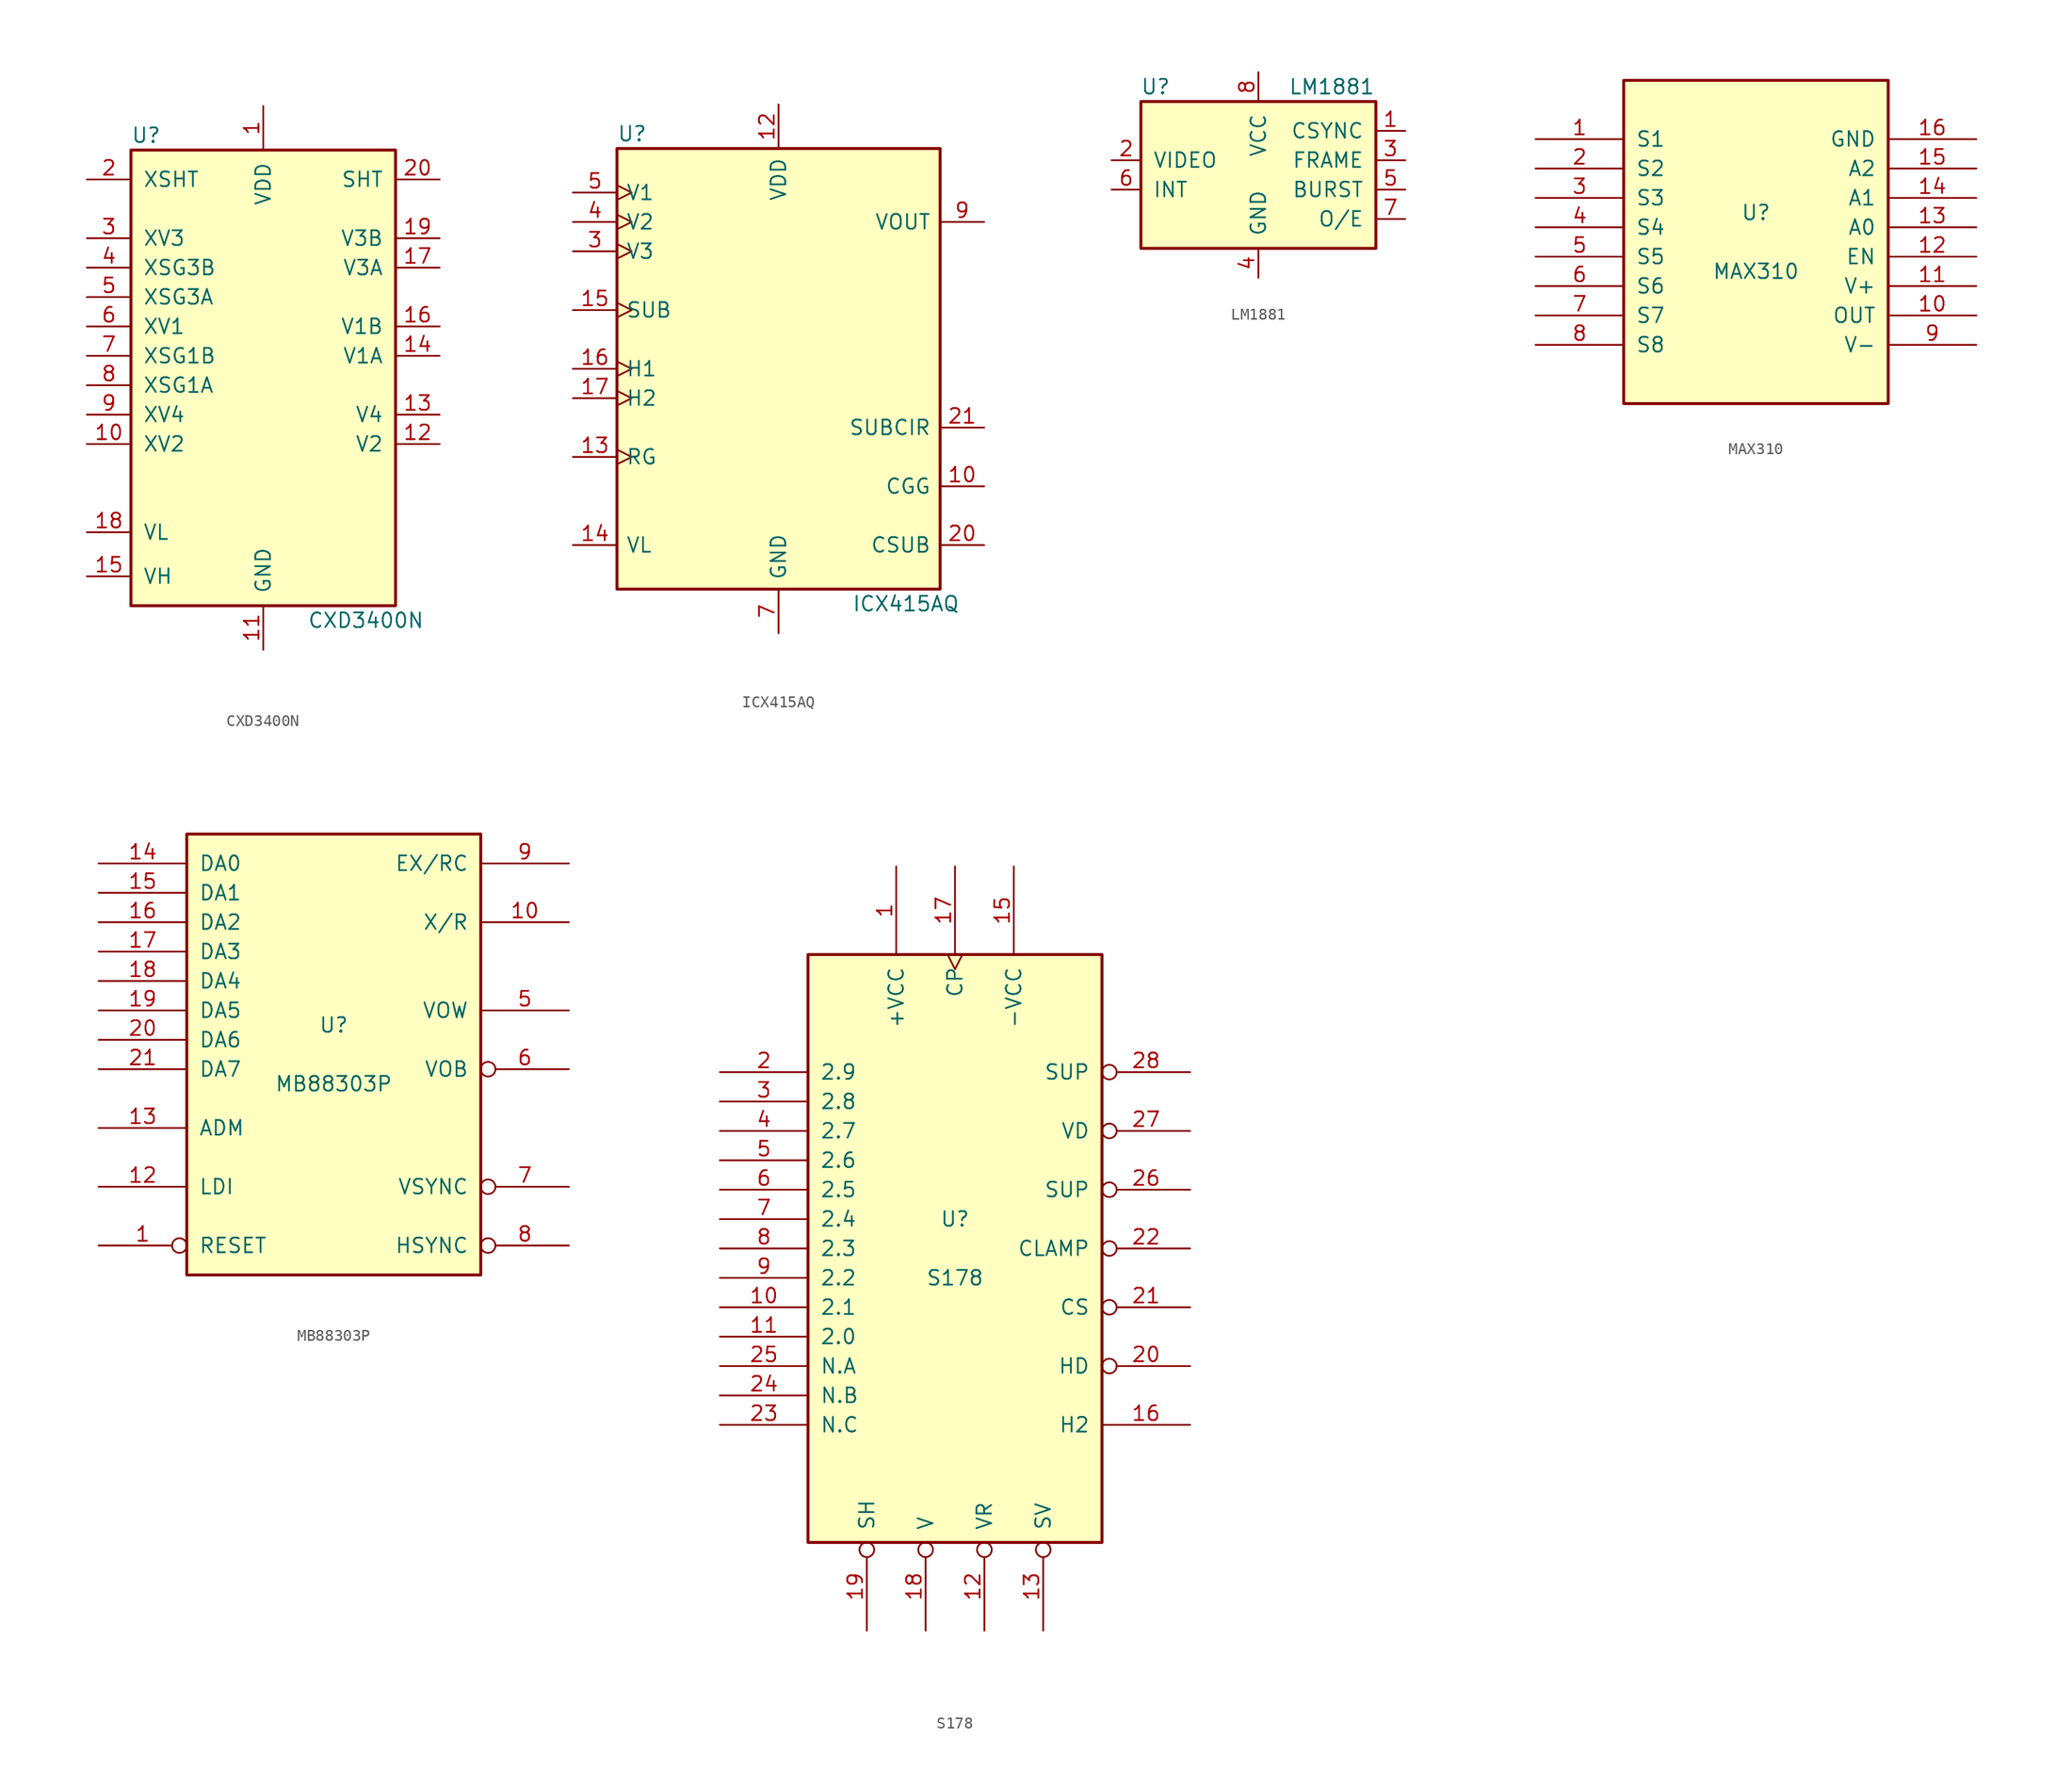
<source format=kicad_sym>
(kicad_symbol_lib
  (version 20201005)
  (generator kicad_symbol_editor)
  (symbol "CXD3400N"
    (pin_names
      (offset 1.016))
    (property "Reference" "U"
      (at -11.43 21.59 0)
      (effects (font (size 1.27 1.27)) (justify left)))
    (property "Value" "CXD3400N"
      (at 3.81 -20.32 0)
      (effects (font (size 1.27 1.27)) (justify left)))
    (symbol "CXD3400N_0_1"
      (rectangle (start 11.43 -19.05) (end -11.43 20.32) (stroke (width 0.254)) (fill (type background))))
    (symbol "CXD3400N_1_1"
      (pin power_in line (at 0 24.13 270) (length 3.81) (name "VDD" (effects (font (size 1.27 1.27)))) (number "1" (effects (font (size 1.27 1.27)))))
      (pin input line (at -15.24 -5.08 0) (length 3.81) (name "XV2" (effects (font (size 1.27 1.27)))) (number "10" (effects (font (size 1.27 1.27)))))
      (pin power_in line (at 0 -22.86 90) (length 3.81) (name "GND" (effects (font (size 1.27 1.27)))) (number "11" (effects (font (size 1.27 1.27)))))
      (pin output line (at 15.24 -5.08 180) (length 3.81) (name "V2" (effects (font (size 1.27 1.27)))) (number "12" (effects (font (size 1.27 1.27)))))
      (pin output line (at 15.24 -2.54 180) (length 3.81) (name "V4" (effects (font (size 1.27 1.27)))) (number "13" (effects (font (size 1.27 1.27)))))
      (pin output line (at 15.24 2.54 180) (length 3.81) (name "V1A" (effects (font (size 1.27 1.27)))) (number "14" (effects (font (size 1.27 1.27)))))
      (pin power_in line (at -15.24 -16.51 0) (length 3.81) (name "VH" (effects (font (size 1.27 1.27)))) (number "15" (effects (font (size 1.27 1.27)))))
      (pin output line (at 15.24 5.08 180) (length 3.81) (name "V1B" (effects (font (size 1.27 1.27)))) (number "16" (effects (font (size 1.27 1.27)))))
      (pin output line (at 15.24 10.16 180) (length 3.81) (name "V3A" (effects (font (size 1.27 1.27)))) (number "17" (effects (font (size 1.27 1.27)))))
      (pin power_in line (at -15.24 -12.7 0) (length 3.81) (name "VL" (effects (font (size 1.27 1.27)))) (number "18" (effects (font (size 1.27 1.27)))))
      (pin output line (at 15.24 12.7 180) (length 3.81) (name "V3B" (effects (font (size 1.27 1.27)))) (number "19" (effects (font (size 1.27 1.27)))))
      (pin input line (at -15.24 17.78 0) (length 3.81) (name "XSHT" (effects (font (size 1.27 1.27)))) (number "2" (effects (font (size 1.27 1.27)))))
      (pin output line (at 15.24 17.78 180) (length 3.81) (name "SHT" (effects (font (size 1.27 1.27)))) (number "20" (effects (font (size 1.27 1.27)))))
      (pin input line (at -15.24 12.7 0) (length 3.81) (name "XV3" (effects (font (size 1.27 1.27)))) (number "3" (effects (font (size 1.27 1.27)))))
      (pin input line (at -15.24 10.16 0) (length 3.81) (name "XSG3B" (effects (font (size 1.27 1.27)))) (number "4" (effects (font (size 1.27 1.27)))))
      (pin input line (at -15.24 7.62 0) (length 3.81) (name "XSG3A" (effects (font (size 1.27 1.27)))) (number "5" (effects (font (size 1.27 1.27)))))
      (pin input line (at -15.24 5.08 0) (length 3.81) (name "XV1" (effects (font (size 1.27 1.27)))) (number "6" (effects (font (size 1.27 1.27)))))
      (pin input line (at -15.24 2.54 0) (length 3.81) (name "XSG1B" (effects (font (size 1.27 1.27)))) (number "7" (effects (font (size 1.27 1.27)))))
      (pin input line (at -15.24 0 0) (length 3.81) (name "XSG1A" (effects (font (size 1.27 1.27)))) (number "8" (effects (font (size 1.27 1.27)))))
      (pin input line (at -15.24 -2.54 0) (length 3.81) (name "XV4" (effects (font (size 1.27 1.27)))) (number "9" (effects (font (size 1.27 1.27)))))))
  (symbol "ICX415AQ"
    (pin_names
      (offset 0.762))
    (property "Reference" "U"
      (at -13.97 20.32 0)
      (effects (font (size 1.27 1.27)) (justify left)))
    (property "Value" "ICX415AQ"
      (at 6.35 -20.32 0)
      (effects (font (size 1.27 1.27)) (justify left)))
    (symbol "ICX415AQ_0_1"
      (rectangle (start -13.97 19.05) (end 13.97 -19.05) (stroke (width 0.254)) (fill (type background))))
    (symbol "ICX415AQ_1_1"
      (pin input line (at 17.78 -10.16 180) (length 3.81) (name "CGG" (effects (font (size 1.27 1.27)))) (number "10" (effects (font (size 1.27 1.27)))))
      (pin power_in line (at 0 22.86 270) (length 3.81) (name "VDD" (effects (font (size 1.27 1.27)))) (number "12" (effects (font (size 1.27 1.27)))))
      (pin input clock (at -17.78 -7.62 0) (length 3.81) (name "RG" (effects (font (size 1.27 1.27)))) (number "13" (effects (font (size 1.27 1.27)))))
      (pin power_in line (at -17.78 -15.24 0) (length 3.81) (name "VL" (effects (font (size 1.27 1.27)))) (number "14" (effects (font (size 1.27 1.27)))))
      (pin input clock (at -17.78 5.08 0) (length 3.81) (name "SUB" (effects (font (size 1.27 1.27)))) (number "15" (effects (font (size 1.27 1.27)))))
      (pin input clock (at -17.78 0 0) (length 3.81) (name "H1" (effects (font (size 1.27 1.27)))) (number "16" (effects (font (size 1.27 1.27)))))
      (pin input clock (at -17.78 -2.54 0) (length 3.81) (name "H2" (effects (font (size 1.27 1.27)))) (number "17" (effects (font (size 1.27 1.27)))))
      (pin input line (at 17.78 -15.24 180) (length 3.81) (name "CSUB" (effects (font (size 1.27 1.27)))) (number "20" (effects (font (size 1.27 1.27)))))
      (pin power_in line (at 17.78 -5.08 180) (length 3.81) (name "SUBCIR" (effects (font (size 1.27 1.27)))) (number "21" (effects (font (size 1.27 1.27)))))
      (pin input clock (at -17.78 10.16 0) (length 3.81) (name "V3" (effects (font (size 1.27 1.27)))) (number "3" (effects (font (size 1.27 1.27)))))
      (pin input clock (at -17.78 12.7 0) (length 3.81) (name "V2" (effects (font (size 1.27 1.27)))) (number "4" (effects (font (size 1.27 1.27)))))
      (pin input clock (at -17.78 15.24 0) (length 3.81) (name "V1" (effects (font (size 1.27 1.27)))) (number "5" (effects (font (size 1.27 1.27)))))
      (pin power_in line (at 0 -22.86 90) (length 3.81) (name "GND" (effects (font (size 1.27 1.27)))) (number "7" (effects (font (size 1.27 1.27)))))
      (pin output line (at 17.78 12.7 180) (length 3.81) (name "VOUT" (effects (font (size 1.27 1.27)))) (number "9" (effects (font (size 1.27 1.27)))))))
  (symbol "LM1881"
    (pin_names
      (offset 1.016))
    (property "Reference" "U"
      (at -8.89 8.89 0)
      (effects (font (size 1.27 1.27))))
    (property "Value" "LM1881"
      (at 6.35 8.89 0)
      (effects (font (size 1.27 1.27))))
    (symbol "LM1881_0_1"
      (rectangle (start -10.16 7.62) (end 10.16 -5.08) (stroke (width 0.254)) (fill (type background))))
    (symbol "LM1881_1_1"
      (pin output line (at 12.7 5.08 180) (length 2.54) (name "CSYNC" (effects (font (size 1.27 1.27)))) (number "1" (effects (font (size 1.27 1.27)))))
      (pin input line (at -12.7 2.54 0) (length 2.54) (name "VIDEO" (effects (font (size 1.27 1.27)))) (number "2" (effects (font (size 1.27 1.27)))))
      (pin output line (at 12.7 2.54 180) (length 2.54) (name "FRAME" (effects (font (size 1.27 1.27)))) (number "3" (effects (font (size 1.27 1.27)))))
      (pin power_in line (at 0 -7.62 90) (length 2.54) (name "GND" (effects (font (size 1.27 1.27)))) (number "4" (effects (font (size 1.27 1.27)))))
      (pin output line (at 12.7 0 180) (length 2.54) (name "BURST" (effects (font (size 1.27 1.27)))) (number "5" (effects (font (size 1.27 1.27)))))
      (pin input line (at -12.7 0 0) (length 2.54) (name "INT" (effects (font (size 1.27 1.27)))) (number "6" (effects (font (size 1.27 1.27)))))
      (pin output line (at 12.7 -2.54 180) (length 2.54) (name "O/E" (effects (font (size 1.27 1.27)))) (number "7" (effects (font (size 1.27 1.27)))))
      (pin power_in line (at 0 10.16 270) (length 2.54) (name "VCC" (effects (font (size 1.27 1.27)))) (number "8" (effects (font (size 1.27 1.27)))))))
  (symbol "MAX310"
    (pin_names
      (offset 1.016))
    (property "Reference" "U"
      (at 0 2.54 0)
      (effects (font (size 1.27 1.27))))
    (property "Value" "MAX310"
      (at 0 -2.54 0)
      (effects (font (size 1.27 1.27))))
    (symbol "MAX310_0_1"
      (rectangle (start -11.43 -13.97) (end 11.43 13.97) (stroke (width 0.254)) (fill (type background))))
    (symbol "MAX310_1_1"
      (pin input line (at -19.05 8.89 0) (length 7.62) (name "S1" (effects (font (size 1.27 1.27)))) (number "1" (effects (font (size 1.27 1.27)))))
      (pin input line (at 19.05 -6.35 180) (length 7.62) (name "OUT" (effects (font (size 1.27 1.27)))) (number "10" (effects (font (size 1.27 1.27)))))
      (pin input line (at 19.05 -3.81 180) (length 7.62) (name "V+" (effects (font (size 1.27 1.27)))) (number "11" (effects (font (size 1.27 1.27)))))
      (pin input line (at 19.05 -1.27 180) (length 7.62) (name "EN" (effects (font (size 1.27 1.27)))) (number "12" (effects (font (size 1.27 1.27)))))
      (pin input line (at 19.05 1.27 180) (length 7.62) (name "A0" (effects (font (size 1.27 1.27)))) (number "13" (effects (font (size 1.27 1.27)))))
      (pin input line (at 19.05 3.81 180) (length 7.62) (name "A1" (effects (font (size 1.27 1.27)))) (number "14" (effects (font (size 1.27 1.27)))))
      (pin input line (at 19.05 6.35 180) (length 7.62) (name "A2" (effects (font (size 1.27 1.27)))) (number "15" (effects (font (size 1.27 1.27)))))
      (pin input line (at 19.05 8.89 180) (length 7.62) (name "GND" (effects (font (size 1.27 1.27)))) (number "16" (effects (font (size 1.27 1.27)))))
      (pin input line (at -19.05 6.35 0) (length 7.62) (name "S2" (effects (font (size 1.27 1.27)))) (number "2" (effects (font (size 1.27 1.27)))))
      (pin input line (at -19.05 3.81 0) (length 7.62) (name "S3" (effects (font (size 1.27 1.27)))) (number "3" (effects (font (size 1.27 1.27)))))
      (pin input line (at -19.05 1.27 0) (length 7.62) (name "S4" (effects (font (size 1.27 1.27)))) (number "4" (effects (font (size 1.27 1.27)))))
      (pin input line (at -19.05 -1.27 0) (length 7.62) (name "S5" (effects (font (size 1.27 1.27)))) (number "5" (effects (font (size 1.27 1.27)))))
      (pin input line (at -19.05 -3.81 0) (length 7.62) (name "S6" (effects (font (size 1.27 1.27)))) (number "6" (effects (font (size 1.27 1.27)))))
      (pin input line (at -19.05 -6.35 0) (length 7.62) (name "S7" (effects (font (size 1.27 1.27)))) (number "7" (effects (font (size 1.27 1.27)))))
      (pin input line (at -19.05 -8.89 0) (length 7.62) (name "S8" (effects (font (size 1.27 1.27)))) (number "8" (effects (font (size 1.27 1.27)))))
      (pin input line (at 19.05 -8.89 180) (length 7.62) (name "V-" (effects (font (size 1.27 1.27)))) (number "9" (effects (font (size 1.27 1.27)))))))
  (symbol "MB88303P"
    (pin_names
      (offset 1.016))
    (property "Reference" "U"
      (at 0 2.54 0)
      (effects (font (size 1.27 1.27))))
    (property "Value" "MB88303P"
      (at 0 -2.54 0)
      (effects (font (size 1.27 1.27))))
    (symbol "MB88303P_0_1"
      (rectangle (start -12.7 -19.05) (end 12.7 19.05) (stroke (width 0.254)) (fill (type background))))
    (symbol "MB88303P_1_1"
      (pin input inverted (at -20.32 -16.51 0) (length 7.62) (name "RESET" (effects (font (size 1.27 1.27)))) (number "1" (effects (font (size 1.27 1.27)))))
      (pin output line (at 20.32 11.43 180) (length 7.62) (name "X/R" (effects (font (size 1.27 1.27)))) (number "10" (effects (font (size 1.27 1.27)))))
      (pin power_in line (at -12.7 -19.05 90) (length 0) hide (name "GND" (effects (font (size 1.27 1.27)))) (number "11" (effects (font (size 1.27 1.27)))))
      (pin input line (at -20.32 -11.43 0) (length 7.62) (name "LDI" (effects (font (size 1.27 1.27)))) (number "12" (effects (font (size 1.27 1.27)))))
      (pin input line (at -20.32 -6.35 0) (length 7.62) (name "ADM" (effects (font (size 1.27 1.27)))) (number "13" (effects (font (size 1.27 1.27)))))
      (pin input line (at -20.32 16.51 0) (length 7.62) (name "DA0" (effects (font (size 1.27 1.27)))) (number "14" (effects (font (size 1.27 1.27)))))
      (pin input line (at -20.32 13.97 0) (length 7.62) (name "DA1" (effects (font (size 1.27 1.27)))) (number "15" (effects (font (size 1.27 1.27)))))
      (pin input line (at -20.32 11.43 0) (length 7.62) (name "DA2" (effects (font (size 1.27 1.27)))) (number "16" (effects (font (size 1.27 1.27)))))
      (pin input line (at -20.32 8.89 0) (length 7.62) (name "DA3" (effects (font (size 1.27 1.27)))) (number "17" (effects (font (size 1.27 1.27)))))
      (pin input line (at -20.32 6.35 0) (length 7.62) (name "DA4" (effects (font (size 1.27 1.27)))) (number "18" (effects (font (size 1.27 1.27)))))
      (pin input line (at -20.32 3.81 0) (length 7.62) (name "DA5" (effects (font (size 1.27 1.27)))) (number "19" (effects (font (size 1.27 1.27)))))
      (pin input line (at -20.32 1.27 0) (length 7.62) (name "DA6" (effects (font (size 1.27 1.27)))) (number "20" (effects (font (size 1.27 1.27)))))
      (pin input line (at -20.32 -1.27 0) (length 7.62) (name "DA7" (effects (font (size 1.27 1.27)))) (number "21" (effects (font (size 1.27 1.27)))))
      (pin power_in line (at -12.7 19.05 90) (length 0) hide (name "VCC" (effects (font (size 1.27 1.27)))) (number "22" (effects (font (size 1.27 1.27)))))
      (pin output line (at 20.32 3.81 180) (length 7.62) (name "VOW" (effects (font (size 1.27 1.27)))) (number "5" (effects (font (size 1.27 1.27)))))
      (pin output inverted (at 20.32 -1.27 180) (length 7.62) (name "VOB" (effects (font (size 1.27 1.27)))) (number "6" (effects (font (size 1.27 1.27)))))
      (pin input inverted (at 20.32 -11.43 180) (length 7.62) (name "VSYNC" (effects (font (size 1.27 1.27)))) (number "7" (effects (font (size 1.27 1.27)))))
      (pin input inverted (at 20.32 -16.51 180) (length 7.62) (name "HSYNC" (effects (font (size 1.27 1.27)))) (number "8" (effects (font (size 1.27 1.27)))))
      (pin input line (at 20.32 16.51 180) (length 7.62) (name "EX/RC" (effects (font (size 1.27 1.27)))) (number "9" (effects (font (size 1.27 1.27)))))))
  (symbol "S178"
    (pin_names
      (offset 1.016))
    (property "Reference" "U"
      (at 0 2.54 0)
      (effects (font (size 1.27 1.27))))
    (property "Value" "S178"
      (at 0 -2.54 0)
      (effects (font (size 1.27 1.27))))
    (symbol "S178_0_1"
      (rectangle (start -12.7 -25.4) (end 12.7 25.4) (stroke (width 0.254)) (fill (type background))))
    (symbol "S178_1_1"
      (pin input line (at -5.08 33.02 270) (length 7.62) (name "+VCC" (effects (font (size 1.27 1.27)))) (number "1" (effects (font (size 1.27 1.27)))))
      (pin input line (at -20.32 -5.08 0) (length 7.62) (name "2.1" (effects (font (size 1.27 1.27)))) (number "10" (effects (font (size 1.27 1.27)))))
      (pin input line (at -20.32 -7.62 0) (length 7.62) (name "2.0" (effects (font (size 1.27 1.27)))) (number "11" (effects (font (size 1.27 1.27)))))
      (pin input inverted (at 2.54 -33.02 90) (length 7.62) (name "VR" (effects (font (size 1.27 1.27)))) (number "12" (effects (font (size 1.27 1.27)))))
      (pin input inverted (at 7.62 -33.02 90) (length 7.62) (name "SV" (effects (font (size 1.27 1.27)))) (number "13" (effects (font (size 1.27 1.27)))))
      (pin input line (at 5.08 33.02 270) (length 7.62) (name "-VCC" (effects (font (size 1.27 1.27)))) (number "15" (effects (font (size 1.27 1.27)))))
      (pin output line (at 20.32 -15.24 180) (length 7.62) (name "H2" (effects (font (size 1.27 1.27)))) (number "16" (effects (font (size 1.27 1.27)))))
      (pin input clock (at 0 33.02 270) (length 7.62) (name "CP" (effects (font (size 1.27 1.27)))) (number "17" (effects (font (size 1.27 1.27)))))
      (pin input inverted (at -2.54 -33.02 90) (length 7.62) (name "V" (effects (font (size 1.27 1.27)))) (number "18" (effects (font (size 1.27 1.27)))))
      (pin input inverted (at -7.62 -33.02 90) (length 7.62) (name "SH" (effects (font (size 1.27 1.27)))) (number "19" (effects (font (size 1.27 1.27)))))
      (pin input line (at -20.32 15.24 0) (length 7.62) (name "2.9" (effects (font (size 1.27 1.27)))) (number "2" (effects (font (size 1.27 1.27)))))
      (pin output inverted (at 20.32 -10.16 180) (length 7.62) (name "HD" (effects (font (size 1.27 1.27)))) (number "20" (effects (font (size 1.27 1.27)))))
      (pin output inverted (at 20.32 -5.08 180) (length 7.62) (name "CS" (effects (font (size 1.27 1.27)))) (number "21" (effects (font (size 1.27 1.27)))))
      (pin output inverted (at 20.32 0 180) (length 7.62) (name "CLAMP" (effects (font (size 1.27 1.27)))) (number "22" (effects (font (size 1.27 1.27)))))
      (pin input line (at -20.32 -15.24 0) (length 7.62) (name "N.C" (effects (font (size 1.27 1.27)))) (number "23" (effects (font (size 1.27 1.27)))))
      (pin input line (at -20.32 -12.7 0) (length 7.62) (name "N.B" (effects (font (size 1.27 1.27)))) (number "24" (effects (font (size 1.27 1.27)))))
      (pin input line (at -20.32 -10.16 0) (length 7.62) (name "N.A" (effects (font (size 1.27 1.27)))) (number "25" (effects (font (size 1.27 1.27)))))
      (pin output inverted (at 20.32 5.08 180) (length 7.62) (name "SUP" (effects (font (size 1.27 1.27)))) (number "26" (effects (font (size 1.27 1.27)))))
      (pin output inverted (at 20.32 10.16 180) (length 7.62) (name "VD" (effects (font (size 1.27 1.27)))) (number "27" (effects (font (size 1.27 1.27)))))
      (pin output inverted (at 20.32 15.24 180) (length 7.62) (name "SUP" (effects (font (size 1.27 1.27)))) (number "28" (effects (font (size 1.27 1.27)))))
      (pin input line (at -20.32 12.7 0) (length 7.62) (name "2.8" (effects (font (size 1.27 1.27)))) (number "3" (effects (font (size 1.27 1.27)))))
      (pin input line (at -20.32 10.16 0) (length 7.62) (name "2.7" (effects (font (size 1.27 1.27)))) (number "4" (effects (font (size 1.27 1.27)))))
      (pin input line (at -20.32 7.62 0) (length 7.62) (name "2.6" (effects (font (size 1.27 1.27)))) (number "5" (effects (font (size 1.27 1.27)))))
      (pin input line (at -20.32 5.08 0) (length 7.62) (name "2.5" (effects (font (size 1.27 1.27)))) (number "6" (effects (font (size 1.27 1.27)))))
      (pin input line (at -20.32 2.54 0) (length 7.62) (name "2.4" (effects (font (size 1.27 1.27)))) (number "7" (effects (font (size 1.27 1.27)))))
      (pin input line (at -20.32 0 0) (length 7.62) (name "2.3" (effects (font (size 1.27 1.27)))) (number "8" (effects (font (size 1.27 1.27)))))
      (pin input line (at -20.32 -2.54 0) (length 7.62) (name "2.2" (effects (font (size 1.27 1.27)))) (number "9" (effects (font (size 1.27 1.27))))))))
</source>
